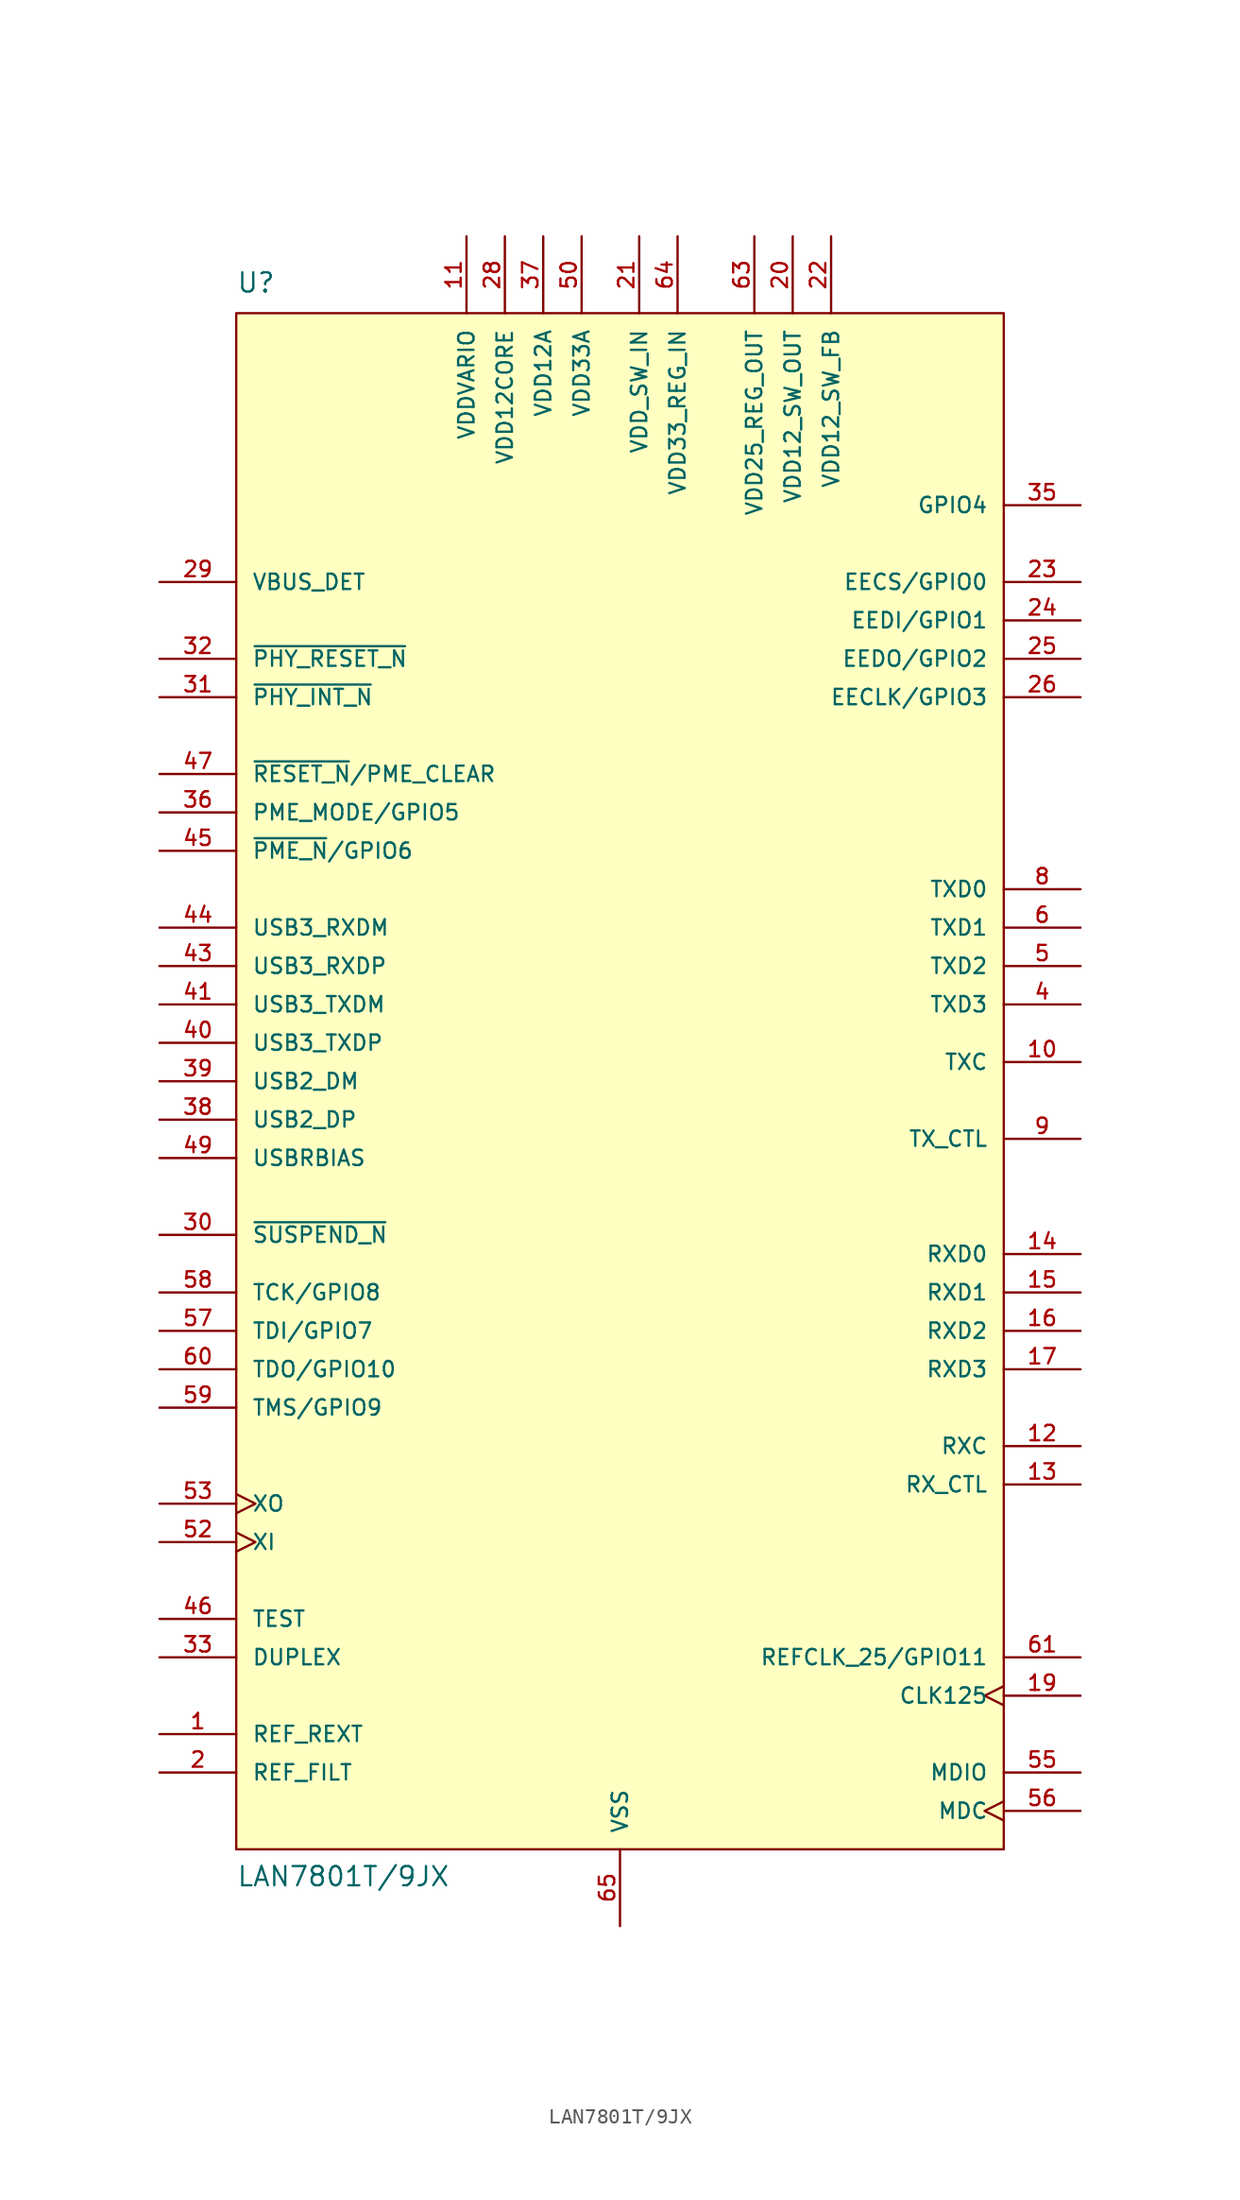
<source format=kicad_sym>
(kicad_symbol_lib
  (version 20241209)
  (generator "kicad_symbol_editor")
  (generator_version "9.0")
  (symbol "LAN7801T/9JX"
    (pin_names
      (offset 1.016))
    (property "Reference" "U"
      (at -25.4 52.07 0)
      (effects (font (size 1.27 1.27)) (justify left bottom)))
    (property "Value" "LAN7801T/9JX"
      (at -25.4 -53.34 0)
      (effects (font (size 1.27 1.27)) (justify left bottom)))
    (symbol "LAN7801T/9JX_0_0"
      (pin input line (at -30.48 33.02 0) (length 5.08) (name "VBUS_DET" (effects (font (size 1.016 1.016)))) (number "29" (effects (font (size 1.016 1.016)))))
      (pin output line (at -30.48 27.94 0) (length 5.08) (name "~{PHY_RESET_N}" (effects (font (size 1.016 1.016)))) (number "32" (effects (font (size 1.016 1.016)))))
      (pin input line (at -30.48 25.4 0) (length 5.08) (name "~{PHY_INT_N}" (effects (font (size 1.016 1.016)))) (number "31" (effects (font (size 1.016 1.016)))))
      (pin input line (at -30.48 20.32 0) (length 5.08) (name "~{RESET_N}/PME_CLEAR" (effects (font (size 1.016 1.016)))) (number "47" (effects (font (size 1.016 1.016)))))
      (pin bidirectional line (at -30.48 17.78 0) (length 5.08) (name "PME_MODE/GPIO5" (effects (font (size 1.016 1.016)))) (number "36" (effects (font (size 1.016 1.016)))))
      (pin bidirectional line (at -30.48 15.24 0) (length 5.08) (name "~{PME_N}/GPIO6" (effects (font (size 1.016 1.016)))) (number "45" (effects (font (size 1.016 1.016)))))
      (pin bidirectional line (at -30.48 10.16 0) (length 5.08) (name "USB3_RXDM" (effects (font (size 1.016 1.016)))) (number "44" (effects (font (size 1.016 1.016)))))
      (pin bidirectional line (at -30.48 7.62 0) (length 5.08) (name "USB3_RXDP" (effects (font (size 1.016 1.016)))) (number "43" (effects (font (size 1.016 1.016)))))
      (pin bidirectional line (at -30.48 5.08 0) (length 5.08) (name "USB3_TXDM" (effects (font (size 1.016 1.016)))) (number "41" (effects (font (size 1.016 1.016)))))
      (pin bidirectional line (at -30.48 2.54 0) (length 5.08) (name "USB3_TXDP" (effects (font (size 1.016 1.016)))) (number "40" (effects (font (size 1.016 1.016)))))
      (pin bidirectional line (at -30.48 0 0) (length 5.08) (name "USB2_DM" (effects (font (size 1.016 1.016)))) (number "39" (effects (font (size 1.016 1.016)))))
      (pin bidirectional line (at -30.48 -2.54 0) (length 5.08) (name "USB2_DP" (effects (font (size 1.016 1.016)))) (number "38" (effects (font (size 1.016 1.016)))))
      (pin input line (at -30.48 -5.08 0) (length 5.08) (name "USBRBIAS" (effects (font (size 1.016 1.016)))) (number "49" (effects (font (size 1.016 1.016)))))
      (pin output line (at -30.48 -10.16 0) (length 5.08) (name "~{SUSPEND_N}" (effects (font (size 1.016 1.016)))) (number "30" (effects (font (size 1.016 1.016)))))
      (pin bidirectional line (at -30.48 -13.97 0) (length 5.08) (name "TCK/GPIO8" (effects (font (size 1.016 1.016)))) (number "58" (effects (font (size 1.016 1.016)))))
      (pin bidirectional line (at -30.48 -16.51 0) (length 5.08) (name "TDI/GPIO7" (effects (font (size 1.016 1.016)))) (number "57" (effects (font (size 1.016 1.016)))))
      (pin bidirectional line (at -30.48 -19.05 0) (length 5.08) (name "TDO/GPIO10" (effects (font (size 1.016 1.016)))) (number "60" (effects (font (size 1.016 1.016)))))
      (pin bidirectional line (at -30.48 -21.59 0) (length 5.08) (name "TMS/GPIO9" (effects (font (size 1.016 1.016)))) (number "59" (effects (font (size 1.016 1.016)))))
      (pin output clock (at -30.48 -27.94 0) (length 5.08) (name "XO" (effects (font (size 1.016 1.016)))) (number "53" (effects (font (size 1.016 1.016)))))
      (pin input clock (at -30.48 -30.48 0) (length 5.08) (name "XI" (effects (font (size 1.016 1.016)))) (number "52" (effects (font (size 1.016 1.016)))))
      (pin input line (at -30.48 -35.56 0) (length 5.08) (name "TEST" (effects (font (size 1.016 1.016)))) (number "46" (effects (font (size 1.016 1.016)))))
      (pin input line (at -30.48 -38.1 0) (length 5.08) (name "DUPLEX" (effects (font (size 1.016 1.016)))) (number "33" (effects (font (size 1.016 1.016)))))
      (pin input line (at -30.48 -43.18 0) (length 5.08) (name "REF_REXT" (effects (font (size 1.016 1.016)))) (number "1" (effects (font (size 1.016 1.016)))))
      (pin input line (at -30.48 -45.72 0) (length 5.08) (name "REF_FILT" (effects (font (size 1.016 1.016)))) (number "2" (effects (font (size 1.016 1.016)))))
      (pin power_in line (at -10.16 55.88 270) (length 5.08) (name "VDDVARIO" (effects (font (size 1.016 1.016)))) (number "11" (effects (font (size 1.016 1.016)))))
      (pin power_in line (at -10.16 55.88 270) (length 5.08) (hide yes) (name "VDDVARIO" (effects (font (size 1.016 1.016)))) (number "18" (effects (font (size 1.016 1.016)))))
      (pin power_in line (at -10.16 55.88 270) (length 5.08) (hide yes) (name "VDDVARIO" (effects (font (size 1.016 1.016)))) (number "27" (effects (font (size 1.016 1.016)))))
      (pin power_in line (at -10.16 55.88 270) (length 5.08) (hide yes) (name "VDDVARIO" (effects (font (size 1.016 1.016)))) (number "3" (effects (font (size 1.016 1.016)))))
      (pin power_in line (at -10.16 55.88 270) (length 5.08) (hide yes) (name "VDDVARIO" (effects (font (size 1.016 1.016)))) (number "48" (effects (font (size 1.016 1.016)))))
      (pin power_in line (at -10.16 55.88 270) (length 5.08) (hide yes) (name "VDDVARIO" (effects (font (size 1.016 1.016)))) (number "51" (effects (font (size 1.016 1.016)))))
      (pin power_in line (at -10.16 55.88 270) (length 5.08) (hide yes) (name "VDDVARIO" (effects (font (size 1.016 1.016)))) (number "7" (effects (font (size 1.016 1.016)))))
      (pin power_in line (at -7.62 55.88 270) (length 5.08) (name "VDD12CORE" (effects (font (size 1.016 1.016)))) (number "28" (effects (font (size 1.016 1.016)))))
      (pin power_in line (at -7.62 55.88 270) (length 5.08) (hide yes) (name "VDD12CORE" (effects (font (size 1.016 1.016)))) (number "54" (effects (font (size 1.016 1.016)))))
      (pin power_in line (at -5.08 55.88 270) (length 5.08) (name "VDD12A" (effects (font (size 1.016 1.016)))) (number "37" (effects (font (size 1.016 1.016)))))
      (pin power_in line (at -5.08 55.88 270) (length 5.08) (hide yes) (name "VDD12A" (effects (font (size 1.016 1.016)))) (number "42" (effects (font (size 1.016 1.016)))))
      (pin power_in line (at -5.08 55.88 270) (length 5.08) (hide yes) (name "VDD12A" (effects (font (size 1.016 1.016)))) (number "62" (effects (font (size 1.016 1.016)))))
      (pin power_in line (at -2.54 55.88 270) (length 5.08) (name "VDD33A" (effects (font (size 1.016 1.016)))) (number "50" (effects (font (size 1.016 1.016)))))
      (pin power_in line (at 0 -55.88 90) (length 5.08) (name "VSS" (effects (font (size 1.016 1.016)))) (number "65" (effects (font (size 1.016 1.016)))))
      (pin power_in line (at 1.27 55.88 270) (length 5.08) (name "VDD_SW_IN" (effects (font (size 1.016 1.016)))) (number "21" (effects (font (size 1.016 1.016)))))
      (pin power_in line (at 3.81 55.88 270) (length 5.08) (name "VDD33_REG_IN" (effects (font (size 1.016 1.016)))) (number "64" (effects (font (size 1.016 1.016)))))
      (pin output line (at 8.89 55.88 270) (length 5.08) (name "VDD25_REG_OUT" (effects (font (size 1.016 1.016)))) (number "63" (effects (font (size 1.016 1.016)))))
      (pin output line (at 11.43 55.88 270) (length 5.08) (name "VDD12_SW_OUT" (effects (font (size 1.016 1.016)))) (number "20" (effects (font (size 1.016 1.016)))))
      (pin input line (at 13.97 55.88 270) (length 5.08) (name "VDD12_SW_FB" (effects (font (size 1.016 1.016)))) (number "22" (effects (font (size 1.016 1.016)))))
      (pin bidirectional line (at 30.48 38.1 180) (length 5.08) (name "GPIO4" (effects (font (size 1.016 1.016)))) (number "35" (effects (font (size 1.016 1.016)))))
      (pin bidirectional line (at 30.48 33.02 180) (length 5.08) (name "EECS/GPIO0" (effects (font (size 1.016 1.016)))) (number "23" (effects (font (size 1.016 1.016)))))
      (pin bidirectional line (at 30.48 30.48 180) (length 5.08) (name "EEDI/GPIO1" (effects (font (size 1.016 1.016)))) (number "24" (effects (font (size 1.016 1.016)))))
      (pin bidirectional line (at 30.48 27.94 180) (length 5.08) (name "EEDO/GPIO2" (effects (font (size 1.016 1.016)))) (number "25" (effects (font (size 1.016 1.016)))))
      (pin bidirectional line (at 30.48 25.4 180) (length 5.08) (name "EECLK/GPIO3" (effects (font (size 1.016 1.016)))) (number "26" (effects (font (size 1.016 1.016)))))
      (pin bidirectional line (at 30.48 12.7 180) (length 5.08) (name "TXD0" (effects (font (size 1.016 1.016)))) (number "8" (effects (font (size 1.016 1.016)))))
      (pin bidirectional line (at 30.48 10.16 180) (length 5.08) (name "TXD1" (effects (font (size 1.016 1.016)))) (number "6" (effects (font (size 1.016 1.016)))))
      (pin bidirectional line (at 30.48 7.62 180) (length 5.08) (name "TXD2" (effects (font (size 1.016 1.016)))) (number "5" (effects (font (size 1.016 1.016)))))
      (pin bidirectional line (at 30.48 5.08 180) (length 5.08) (name "TXD3" (effects (font (size 1.016 1.016)))) (number "4" (effects (font (size 1.016 1.016)))))
      (pin bidirectional line (at 30.48 1.27 180) (length 5.08) (name "TXC" (effects (font (size 1.016 1.016)))) (number "10" (effects (font (size 1.016 1.016)))))
      (pin bidirectional line (at 30.48 -3.81 180) (length 5.08) (name "TX_CTL" (effects (font (size 1.016 1.016)))) (number "9" (effects (font (size 1.016 1.016)))))
      (pin bidirectional line (at 30.48 -11.43 180) (length 5.08) (name "RXD0" (effects (font (size 1.016 1.016)))) (number "14" (effects (font (size 1.016 1.016)))))
      (pin bidirectional line (at 30.48 -13.97 180) (length 5.08) (name "RXD1" (effects (font (size 1.016 1.016)))) (number "15" (effects (font (size 1.016 1.016)))))
      (pin bidirectional line (at 30.48 -16.51 180) (length 5.08) (name "RXD2" (effects (font (size 1.016 1.016)))) (number "16" (effects (font (size 1.016 1.016)))))
      (pin bidirectional line (at 30.48 -19.05 180) (length 5.08) (name "RXD3" (effects (font (size 1.016 1.016)))) (number "17" (effects (font (size 1.016 1.016)))))
      (pin bidirectional line (at 30.48 -24.13 180) (length 5.08) (name "RXC" (effects (font (size 1.016 1.016)))) (number "12" (effects (font (size 1.016 1.016)))))
      (pin bidirectional line (at 30.48 -26.67 180) (length 5.08) (name "RX_CTL" (effects (font (size 1.016 1.016)))) (number "13" (effects (font (size 1.016 1.016)))))
      (pin bidirectional line (at 30.48 -38.1 180) (length 5.08) (name "REFCLK_25/GPIO11" (effects (font (size 1.016 1.016)))) (number "61" (effects (font (size 1.016 1.016)))))
      (pin input clock (at 30.48 -40.64 180) (length 5.08) (name "CLK125" (effects (font (size 1.016 1.016)))) (number "19" (effects (font (size 1.016 1.016)))))
      (pin bidirectional line (at 30.48 -45.72 180) (length 5.08) (name "MDIO" (effects (font (size 1.016 1.016)))) (number "55" (effects (font (size 1.016 1.016)))))
      (pin output clock (at 30.48 -48.26 180) (length 5.08) (name "MDC" (effects (font (size 1.016 1.016)))) (number "56" (effects (font (size 1.016 1.016))))))
    (symbol "LAN7801T/9JX_1_0"
      (rectangle (start -25.4 50.8) (end 25.4 -50.8) (stroke (width 0.152) (type solid)) (fill (type background))))))
</source>
